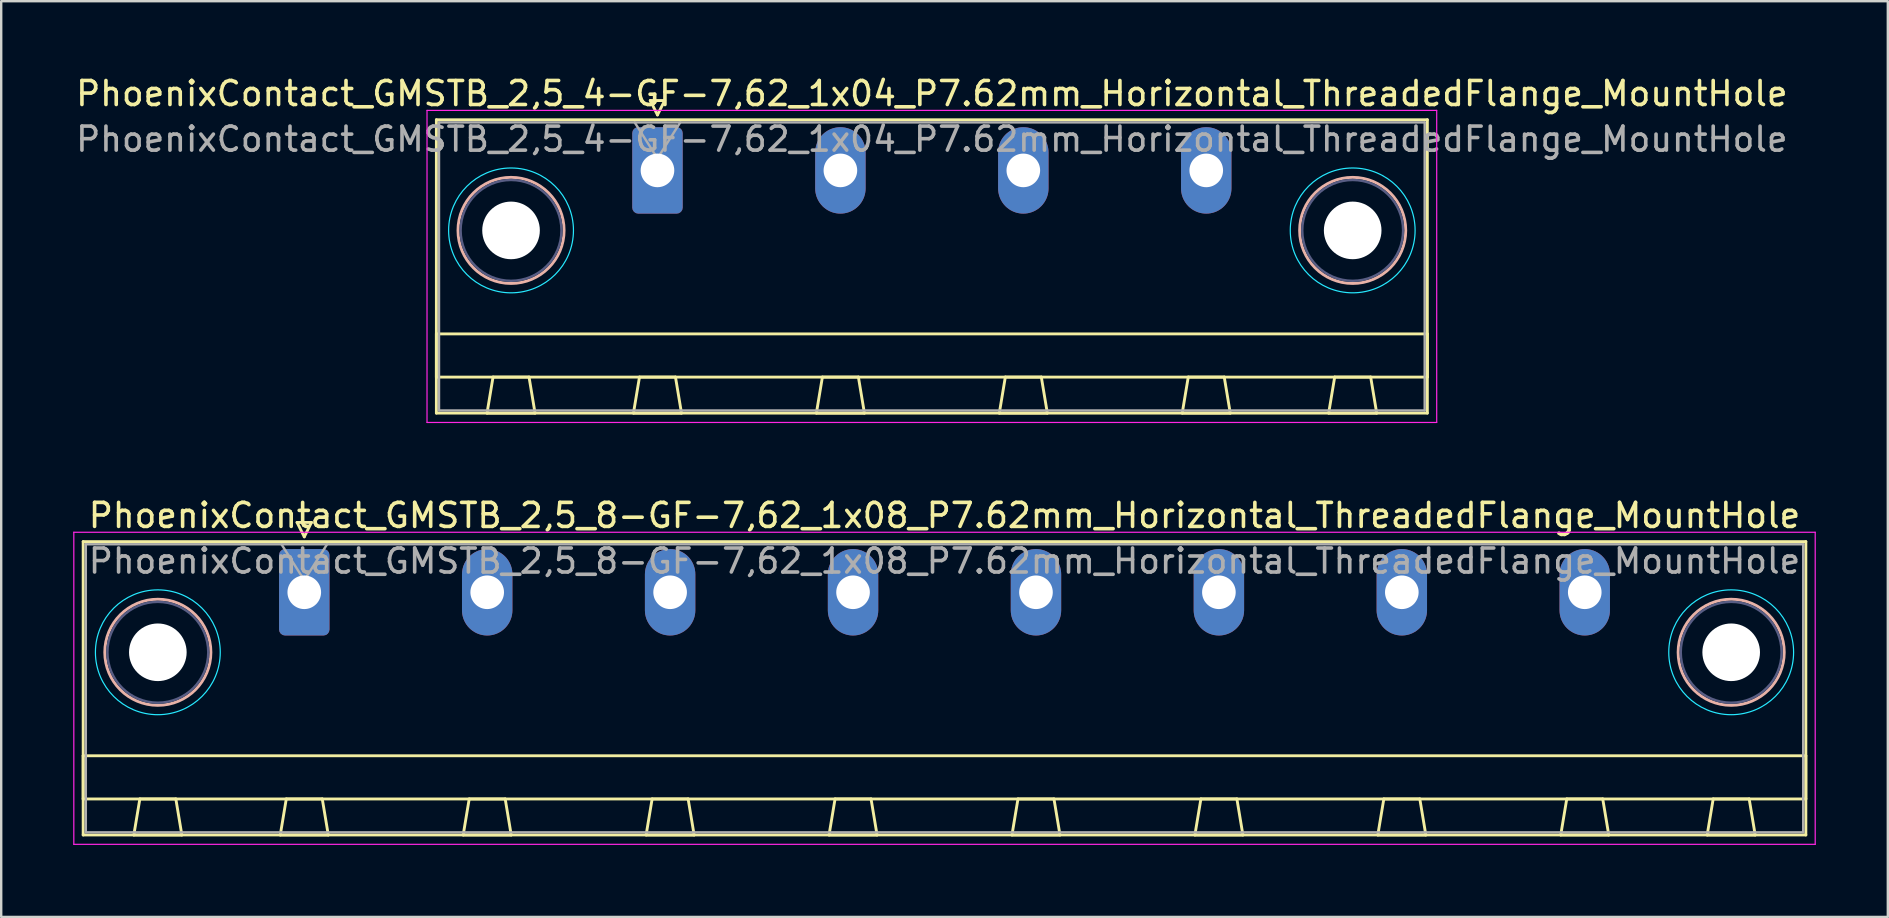
<source format=kicad_pcb>
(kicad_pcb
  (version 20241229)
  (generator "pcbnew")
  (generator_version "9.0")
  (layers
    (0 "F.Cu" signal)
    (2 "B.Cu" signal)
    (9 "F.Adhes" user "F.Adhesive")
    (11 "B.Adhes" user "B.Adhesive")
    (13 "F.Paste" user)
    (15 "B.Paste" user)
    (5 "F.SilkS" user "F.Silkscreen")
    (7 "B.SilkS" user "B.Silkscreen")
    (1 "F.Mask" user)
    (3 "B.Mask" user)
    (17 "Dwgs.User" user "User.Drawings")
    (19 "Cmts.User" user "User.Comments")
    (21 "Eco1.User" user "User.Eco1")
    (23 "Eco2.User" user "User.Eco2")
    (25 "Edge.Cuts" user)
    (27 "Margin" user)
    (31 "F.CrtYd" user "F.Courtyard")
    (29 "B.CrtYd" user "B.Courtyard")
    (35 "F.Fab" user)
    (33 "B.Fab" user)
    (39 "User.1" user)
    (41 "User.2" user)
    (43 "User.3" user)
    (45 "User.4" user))
  (footprint "PhoenixContact_GMSTB_2,5_4-GF-7,62_1x04_P7.62mm_Horizontal_ThreadedFlange_MountHole"
    (layer "F.Cu")
    (at 24.338 4.048)
    (property "Reference" "PhoenixContact_GMSTB_2,5_4-GF-7,62_1x04_P7.62mm_Horizontal_ThreadedFlange_MountHole" (at 11.43 -3.2 0) (layer "F.SilkS") (effects (font (size 1 1) (thickness 0.15))))
    (attr through_hole)
    (fp_line (start -9.21 -2.11) (end -9.21 10.11) (stroke (width 0.12) (type solid)) (layer "F.SilkS"))
    (fp_line (start -9.21 6.81) (end 32.07 6.81) (stroke (width 0.12) (type solid)) (layer "F.SilkS"))
    (fp_line (start -9.21 8.61) (end -9.21 6.81) (stroke (width 0.12) (type solid)) (layer "F.SilkS"))
    (fp_line (start -9.21 10.11) (end 32.07 10.11) (stroke (width 0.12) (type solid)) (layer "F.SilkS"))
    (fp_line (start -7.1 10.11) (end -5.1 10.11) (stroke (width 0.12) (type solid)) (layer "F.SilkS"))
    (fp_line (start -6.85 8.61) (end -7.1 10.11) (stroke (width 0.12) (type solid)) (layer "F.SilkS"))
    (fp_line (start -5.35 8.61) (end -6.85 8.61) (stroke (width 0.12) (type solid)) (layer "F.SilkS"))
    (fp_line (start -5.1 10.11) (end -5.35 8.61) (stroke (width 0.12) (type solid)) (layer "F.SilkS"))
    (fp_line (start -1 10.11) (end 1 10.11) (stroke (width 0.12) (type solid)) (layer "F.SilkS"))
    (fp_line (start -0.75 8.61) (end -1 10.11) (stroke (width 0.12) (type solid)) (layer "F.SilkS"))
    (fp_line (start -0.3 -2.91) (end 0.3 -2.91) (stroke (width 0.12) (type solid)) (layer "F.SilkS"))
    (fp_line (start 0 -2.31) (end -0.3 -2.91) (stroke (width 0.12) (type solid)) (layer "F.SilkS"))
    (fp_line (start 0.3 -2.91) (end 0 -2.31) (stroke (width 0.12) (type solid)) (layer "F.SilkS"))
    (fp_line (start 0.75 8.61) (end -0.75 8.61) (stroke (width 0.12) (type solid)) (layer "F.SilkS"))
    (fp_line (start 1 10.11) (end 0.75 8.61) (stroke (width 0.12) (type solid)) (layer "F.SilkS"))
    (fp_line (start 6.62 10.11) (end 8.62 10.11) (stroke (width 0.12) (type solid)) (layer "F.SilkS"))
    (fp_line (start 6.87 8.61) (end 6.62 10.11) (stroke (width 0.12) (type solid)) (layer "F.SilkS"))
    (fp_line (start 8.37 8.61) (end 6.87 8.61) (stroke (width 0.12) (type solid)) (layer "F.SilkS"))
    (fp_line (start 8.62 10.11) (end 8.37 8.61) (stroke (width 0.12) (type solid)) (layer "F.SilkS"))
    (fp_line (start 14.24 10.11) (end 16.24 10.11) (stroke (width 0.12) (type solid)) (layer "F.SilkS"))
    (fp_line (start 14.49 8.61) (end 14.24 10.11) (stroke (width 0.12) (type solid)) (layer "F.SilkS"))
    (fp_line (start 15.99 8.61) (end 14.49 8.61) (stroke (width 0.12) (type solid)) (layer "F.SilkS"))
    (fp_line (start 16.24 10.11) (end 15.99 8.61) (stroke (width 0.12) (type solid)) (layer "F.SilkS"))
    (fp_line (start 21.86 10.11) (end 23.86 10.11) (stroke (width 0.12) (type solid)) (layer "F.SilkS"))
    (fp_line (start 22.11 8.61) (end 21.86 10.11) (stroke (width 0.12) (type solid)) (layer "F.SilkS"))
    (fp_line (start 23.61 8.61) (end 22.11 8.61) (stroke (width 0.12) (type solid)) (layer "F.SilkS"))
    (fp_line (start 23.86 10.11) (end 23.61 8.61) (stroke (width 0.12) (type solid)) (layer "F.SilkS"))
    (fp_line (start 27.96 10.11) (end 29.96 10.11) (stroke (width 0.12) (type solid)) (layer "F.SilkS"))
    (fp_line (start 28.21 8.61) (end 27.96 10.11) (stroke (width 0.12) (type solid)) (layer "F.SilkS"))
    (fp_line (start 29.71 8.61) (end 28.21 8.61) (stroke (width 0.12) (type solid)) (layer "F.SilkS"))
    (fp_line (start 29.96 10.11) (end 29.71 8.61) (stroke (width 0.12) (type solid)) (layer "F.SilkS"))
    (fp_line (start 32.07 -2.11) (end -9.21 -2.11) (stroke (width 0.12) (type solid)) (layer "F.SilkS"))
    (fp_line (start 32.07 6.81) (end 32.07 8.61) (stroke (width 0.12) (type solid)) (layer "F.SilkS"))
    (fp_line (start 32.07 8.61) (end -9.21 8.61) (stroke (width 0.12) (type solid)) (layer "F.SilkS"))
    (fp_line (start 32.07 10.11) (end 32.07 -2.11) (stroke (width 0.12) (type solid)) (layer "F.SilkS"))
    (fp_circle (center -6.1 2.5) (end -3.89 2.5) (stroke (width 0.12) (type solid)) (fill no) (layer "B.SilkS"))
    (fp_circle (center 28.96 2.5) (end 31.17 2.5) (stroke (width 0.12) (type solid)) (fill no) (layer "B.SilkS"))
    (fp_circle (center -6.1 2.5) (end -3.5 2.5) (stroke (width 0.05) (type solid)) (fill no) (layer "B.CrtYd"))
    (fp_circle (center 28.96 2.5) (end 31.56 2.5) (stroke (width 0.05) (type solid)) (fill no) (layer "B.CrtYd"))
    (fp_line (start -9.6 -2.5) (end -9.6 10.5) (stroke (width 0.05) (type solid)) (layer "F.CrtYd"))
    (fp_line (start -9.6 10.5) (end 32.46 10.5) (stroke (width 0.05) (type solid)) (layer "F.CrtYd"))
    (fp_line (start 32.46 -2.5) (end -9.6 -2.5) (stroke (width 0.05) (type solid)) (layer "F.CrtYd"))
    (fp_line (start 32.46 10.5) (end 32.46 -2.5) (stroke (width 0.05) (type solid)) (layer "F.CrtYd"))
    (fp_circle (center -6.1 2.5) (end -4 2.5) (stroke (width 0.1) (type solid)) (fill no) (layer "B.Fab"))
    (fp_circle (center 28.96 2.5) (end 31.06 2.5) (stroke (width 0.1) (type solid)) (fill no) (layer "B.Fab"))
    (fp_line (start -9.1 -2) (end -9.1 10) (stroke (width 0.1) (type solid)) (layer "F.Fab"))
    (fp_line (start -9.1 10) (end 31.96 10) (stroke (width 0.1) (type solid)) (layer "F.Fab"))
    (fp_line (start 0 -0.5) (end -0.95 -2) (stroke (width 0.1) (type solid)) (layer "F.Fab"))
    (fp_line (start 0.95 -2) (end 0 -0.5) (stroke (width 0.1) (type solid)) (layer "F.Fab"))
    (fp_line (start 31.96 -2) (end -9.1 -2) (stroke (width 0.1) (type solid)) (layer "F.Fab"))
    (fp_line (start 31.96 10) (end 31.96 -2) (stroke (width 0.1) (type solid)) (layer "F.Fab"))
    (fp_text user "${REFERENCE}" (at 11.43 -1.3 0) (layer "F.Fab") (effects (font (size 1 1) (thickness 0.15))))
    (pad "" np_thru_hole circle (at -6.1 2.5) (size 2.4 2.4) (drill 2.4) (layers "*.Cu" "*.Mask"))
    (pad "" np_thru_hole circle (at 28.96 2.5) (size 2.4 2.4) (drill 2.4) (layers "*.Cu" "*.Mask"))
    (pad "1" thru_hole roundrect (at 0 0) (size 2.1 3.6) (drill 1.4) (layers "*.Cu" "*.Mask") (roundrect_rratio 0.119))
    (pad "2" thru_hole oval (at 7.62 0) (size 2.1 3.6) (drill 1.4) (layers "*.Cu" "*.Mask"))
    (pad "3" thru_hole oval (at 15.24 0) (size 2.1 3.6) (drill 1.4) (layers "*.Cu" "*.Mask"))
    (pad "4" thru_hole oval (at 22.86 0) (size 2.1 3.6) (drill 1.4) (layers "*.Cu" "*.Mask")))
  (footprint "PhoenixContact_GMSTB_2,5_8-GF-7,62_1x08_P7.62mm_Horizontal_ThreadedFlange_MountHole"
    (layer "F.Cu")
    (at 9.625 21.622)
    (property "Reference" "PhoenixContact_GMSTB_2,5_8-GF-7,62_1x08_P7.62mm_Horizontal_ThreadedFlange_MountHole" (at 26.67 -3.2 0) (layer "F.SilkS") (effects (font (size 1 1) (thickness 0.15))))
    (attr through_hole)
    (fp_line (start -9.21 -2.11) (end -9.21 10.11) (stroke (width 0.12) (type solid)) (layer "F.SilkS"))
    (fp_line (start -9.21 6.81) (end 62.55 6.81) (stroke (width 0.12) (type solid)) (layer "F.SilkS"))
    (fp_line (start -9.21 8.61) (end -9.21 6.81) (stroke (width 0.12) (type solid)) (layer "F.SilkS"))
    (fp_line (start -9.21 10.11) (end 62.55 10.11) (stroke (width 0.12) (type solid)) (layer "F.SilkS"))
    (fp_line (start -7.1 10.11) (end -5.1 10.11) (stroke (width 0.12) (type solid)) (layer "F.SilkS"))
    (fp_line (start -6.85 8.61) (end -7.1 10.11) (stroke (width 0.12) (type solid)) (layer "F.SilkS"))
    (fp_line (start -5.35 8.61) (end -6.85 8.61) (stroke (width 0.12) (type solid)) (layer "F.SilkS"))
    (fp_line (start -5.1 10.11) (end -5.35 8.61) (stroke (width 0.12) (type solid)) (layer "F.SilkS"))
    (fp_line (start -1 10.11) (end 1 10.11) (stroke (width 0.12) (type solid)) (layer "F.SilkS"))
    (fp_line (start -0.75 8.61) (end -1 10.11) (stroke (width 0.12) (type solid)) (layer "F.SilkS"))
    (fp_line (start -0.3 -2.91) (end 0.3 -2.91) (stroke (width 0.12) (type solid)) (layer "F.SilkS"))
    (fp_line (start 0 -2.31) (end -0.3 -2.91) (stroke (width 0.12) (type solid)) (layer "F.SilkS"))
    (fp_line (start 0.3 -2.91) (end 0 -2.31) (stroke (width 0.12) (type solid)) (layer "F.SilkS"))
    (fp_line (start 0.75 8.61) (end -0.75 8.61) (stroke (width 0.12) (type solid)) (layer "F.SilkS"))
    (fp_line (start 1 10.11) (end 0.75 8.61) (stroke (width 0.12) (type solid)) (layer "F.SilkS"))
    (fp_line (start 6.62 10.11) (end 8.62 10.11) (stroke (width 0.12) (type solid)) (layer "F.SilkS"))
    (fp_line (start 6.87 8.61) (end 6.62 10.11) (stroke (width 0.12) (type solid)) (layer "F.SilkS"))
    (fp_line (start 8.37 8.61) (end 6.87 8.61) (stroke (width 0.12) (type solid)) (layer "F.SilkS"))
    (fp_line (start 8.62 10.11) (end 8.37 8.61) (stroke (width 0.12) (type solid)) (layer "F.SilkS"))
    (fp_line (start 14.24 10.11) (end 16.24 10.11) (stroke (width 0.12) (type solid)) (layer "F.SilkS"))
    (fp_line (start 14.49 8.61) (end 14.24 10.11) (stroke (width 0.12) (type solid)) (layer "F.SilkS"))
    (fp_line (start 15.99 8.61) (end 14.49 8.61) (stroke (width 0.12) (type solid)) (layer "F.SilkS"))
    (fp_line (start 16.24 10.11) (end 15.99 8.61) (stroke (width 0.12) (type solid)) (layer "F.SilkS"))
    (fp_line (start 21.86 10.11) (end 23.86 10.11) (stroke (width 0.12) (type solid)) (layer "F.SilkS"))
    (fp_line (start 22.11 8.61) (end 21.86 10.11) (stroke (width 0.12) (type solid)) (layer "F.SilkS"))
    (fp_line (start 23.61 8.61) (end 22.11 8.61) (stroke (width 0.12) (type solid)) (layer "F.SilkS"))
    (fp_line (start 23.86 10.11) (end 23.61 8.61) (stroke (width 0.12) (type solid)) (layer "F.SilkS"))
    (fp_line (start 29.48 10.11) (end 31.48 10.11) (stroke (width 0.12) (type solid)) (layer "F.SilkS"))
    (fp_line (start 29.73 8.61) (end 29.48 10.11) (stroke (width 0.12) (type solid)) (layer "F.SilkS"))
    (fp_line (start 31.23 8.61) (end 29.73 8.61) (stroke (width 0.12) (type solid)) (layer "F.SilkS"))
    (fp_line (start 31.48 10.11) (end 31.23 8.61) (stroke (width 0.12) (type solid)) (layer "F.SilkS"))
    (fp_line (start 37.1 10.11) (end 39.1 10.11) (stroke (width 0.12) (type solid)) (layer "F.SilkS"))
    (fp_line (start 37.35 8.61) (end 37.1 10.11) (stroke (width 0.12) (type solid)) (layer "F.SilkS"))
    (fp_line (start 38.85 8.61) (end 37.35 8.61) (stroke (width 0.12) (type solid)) (layer "F.SilkS"))
    (fp_line (start 39.1 10.11) (end 38.85 8.61) (stroke (width 0.12) (type solid)) (layer "F.SilkS"))
    (fp_line (start 44.72 10.11) (end 46.72 10.11) (stroke (width 0.12) (type solid)) (layer "F.SilkS"))
    (fp_line (start 44.97 8.61) (end 44.72 10.11) (stroke (width 0.12) (type solid)) (layer "F.SilkS"))
    (fp_line (start 46.47 8.61) (end 44.97 8.61) (stroke (width 0.12) (type solid)) (layer "F.SilkS"))
    (fp_line (start 46.72 10.11) (end 46.47 8.61) (stroke (width 0.12) (type solid)) (layer "F.SilkS"))
    (fp_line (start 52.34 10.11) (end 54.34 10.11) (stroke (width 0.12) (type solid)) (layer "F.SilkS"))
    (fp_line (start 52.59 8.61) (end 52.34 10.11) (stroke (width 0.12) (type solid)) (layer "F.SilkS"))
    (fp_line (start 54.09 8.61) (end 52.59 8.61) (stroke (width 0.12) (type solid)) (layer "F.SilkS"))
    (fp_line (start 54.34 10.11) (end 54.09 8.61) (stroke (width 0.12) (type solid)) (layer "F.SilkS"))
    (fp_line (start 58.44 10.11) (end 60.44 10.11) (stroke (width 0.12) (type solid)) (layer "F.SilkS"))
    (fp_line (start 58.69 8.61) (end 58.44 10.11) (stroke (width 0.12) (type solid)) (layer "F.SilkS"))
    (fp_line (start 60.19 8.61) (end 58.69 8.61) (stroke (width 0.12) (type solid)) (layer "F.SilkS"))
    (fp_line (start 60.44 10.11) (end 60.19 8.61) (stroke (width 0.12) (type solid)) (layer "F.SilkS"))
    (fp_line (start 62.55 -2.11) (end -9.21 -2.11) (stroke (width 0.12) (type solid)) (layer "F.SilkS"))
    (fp_line (start 62.55 6.81) (end 62.55 8.61) (stroke (width 0.12) (type solid)) (layer "F.SilkS"))
    (fp_line (start 62.55 8.61) (end -9.21 8.61) (stroke (width 0.12) (type solid)) (layer "F.SilkS"))
    (fp_line (start 62.55 10.11) (end 62.55 -2.11) (stroke (width 0.12) (type solid)) (layer "F.SilkS"))
    (fp_circle (center -6.1 2.5) (end -3.89 2.5) (stroke (width 0.12) (type solid)) (fill no) (layer "B.SilkS"))
    (fp_circle (center 59.44 2.5) (end 61.65 2.5) (stroke (width 0.12) (type solid)) (fill no) (layer "B.SilkS"))
    (fp_circle (center -6.1 2.5) (end -3.5 2.5) (stroke (width 0.05) (type solid)) (fill no) (layer "B.CrtYd"))
    (fp_circle (center 59.44 2.5) (end 62.04 2.5) (stroke (width 0.05) (type solid)) (fill no) (layer "B.CrtYd"))
    (fp_line (start -9.6 -2.5) (end -9.6 10.5) (stroke (width 0.05) (type solid)) (layer "F.CrtYd"))
    (fp_line (start -9.6 10.5) (end 62.94 10.5) (stroke (width 0.05) (type solid)) (layer "F.CrtYd"))
    (fp_line (start 62.94 -2.5) (end -9.6 -2.5) (stroke (width 0.05) (type solid)) (layer "F.CrtYd"))
    (fp_line (start 62.94 10.5) (end 62.94 -2.5) (stroke (width 0.05) (type solid)) (layer "F.CrtYd"))
    (fp_circle (center -6.1 2.5) (end -4 2.5) (stroke (width 0.1) (type solid)) (fill no) (layer "B.Fab"))
    (fp_circle (center 59.44 2.5) (end 61.54 2.5) (stroke (width 0.1) (type solid)) (fill no) (layer "B.Fab"))
    (fp_line (start -9.1 -2) (end -9.1 10) (stroke (width 0.1) (type solid)) (layer "F.Fab"))
    (fp_line (start -9.1 10) (end 62.44 10) (stroke (width 0.1) (type solid)) (layer "F.Fab"))
    (fp_line (start 0 -0.5) (end -0.95 -2) (stroke (width 0.1) (type solid)) (layer "F.Fab"))
    (fp_line (start 0.95 -2) (end 0 -0.5) (stroke (width 0.1) (type solid)) (layer "F.Fab"))
    (fp_line (start 62.44 -2) (end -9.1 -2) (stroke (width 0.1) (type solid)) (layer "F.Fab"))
    (fp_line (start 62.44 10) (end 62.44 -2) (stroke (width 0.1) (type solid)) (layer "F.Fab"))
    (fp_text user "${REFERENCE}" (at 26.67 -1.3 0) (layer "F.Fab") (effects (font (size 1 1) (thickness 0.15))))
    (pad "" np_thru_hole circle (at -6.1 2.5) (size 2.4 2.4) (drill 2.4) (layers "*.Cu" "*.Mask"))
    (pad "" np_thru_hole circle (at 59.44 2.5) (size 2.4 2.4) (drill 2.4) (layers "*.Cu" "*.Mask"))
    (pad "1" thru_hole roundrect (at 0 0) (size 2.1 3.6) (drill 1.4) (layers "*.Cu" "*.Mask") (roundrect_rratio 0.119))
    (pad "2" thru_hole oval (at 7.62 0) (size 2.1 3.6) (drill 1.4) (layers "*.Cu" "*.Mask"))
    (pad "3" thru_hole oval (at 15.24 0) (size 2.1 3.6) (drill 1.4) (layers "*.Cu" "*.Mask"))
    (pad "4" thru_hole oval (at 22.86 0) (size 2.1 3.6) (drill 1.4) (layers "*.Cu" "*.Mask"))
    (pad "5" thru_hole oval (at 30.48 0) (size 2.1 3.6) (drill 1.4) (layers "*.Cu" "*.Mask"))
    (pad "6" thru_hole oval (at 38.1 0) (size 2.1 3.6) (drill 1.4) (layers "*.Cu" "*.Mask"))
    (pad "7" thru_hole oval (at 45.72 0) (size 2.1 3.6) (drill 1.4) (layers "*.Cu" "*.Mask"))
    (pad "8" thru_hole oval (at 53.34 0) (size 2.1 3.6) (drill 1.4) (layers "*.Cu" "*.Mask")))
  (gr_rect
    (start -3 -3)
    (end 75.59 35.147)
    (stroke (width 0.1) (type default))
    (fill no)
    (layer "Edge.Cuts")))
</source>
